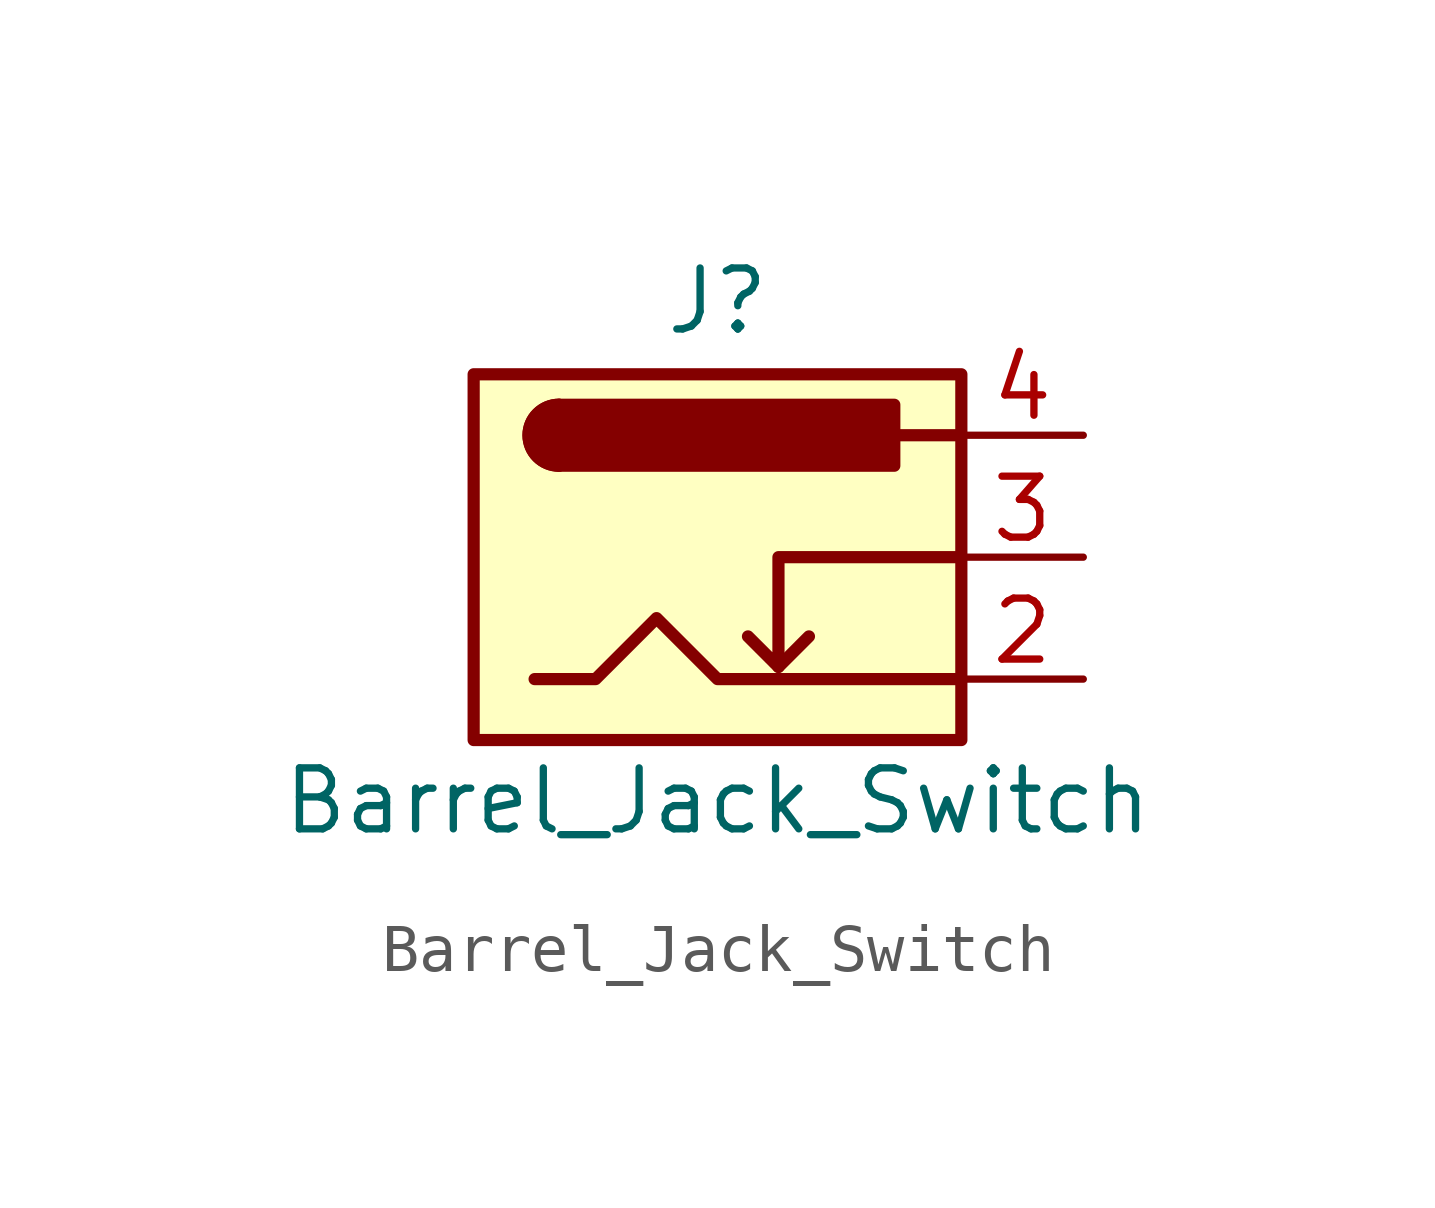
<source format=kicad_sym>
(kicad_symbol_lib
  (version 20220914)
  (generator kicad_symbol_editor)
  (symbol "Barrel_Jack_Switch"
    (pin_names hide)
    (property "Reference" "J"
      (at 0 5.334 0)
      (effects (font (size 1.27 1.27))))
    (property "Value" "Barrel_Jack_Switch"
      (at 0 -5.08 0)
      (effects (font (size 1.27 1.27))))
    (symbol "Barrel_Jack_Switch_0_1"
      (rectangle (start -5.08 3.81) (end 5.08 -3.81) (stroke (width 0.254) (type default)) (fill (type background)))
      (arc (start -3.302 3.175) (mid -3.9343 2.54) (end -3.302 1.905) (stroke (width 0.254) (type default)) (fill (type none)))
      (arc (start -3.302 3.175) (mid -3.9343 2.54) (end -3.302 1.905) (stroke (width 0.254) (type default)) (fill (type outline)))
      (polyline (pts (xy 1.27 -2.286) (xy 1.905 -1.651)) (stroke (width 0.254) (type default)) (fill (type none)))
      (polyline (pts (xy 5.08 2.54) (xy 3.81 2.54)) (stroke (width 0.254) (type default)) (fill (type none)))
      (polyline (pts (xy 5.08 0) (xy 1.27 0) (xy 1.27 -2.286) (xy 0.635 -1.651)) (stroke (width 0.254) (type default)) (fill (type none)))
      (polyline (pts (xy -3.81 -2.54) (xy -2.54 -2.54) (xy -1.27 -1.27) (xy 0 -2.54) (xy 2.54 -2.54) (xy 5.08 -2.54)) (stroke (width 0.254) (type default)) (fill (type none)))
      (rectangle (start 3.683 3.175) (end -3.302 1.905) (stroke (width 0.254) (type default)) (fill (type outline))))
    (symbol "Barrel_Jack_Switch_1_1"
      (pin passive line (at 7.62 -2.54 180) (length 2.54) (name "~" (effects (font (size 1.27 1.27)))) (number "2" (effects (font (size 1.27 1.27)))))
      (pin passive line (at 7.62 0 180) (length 2.54) (name "~" (effects (font (size 1.27 1.27)))) (number "3" (effects (font (size 1.27 1.27)))))
      (pin passive line (at 7.62 2.54 180) (length 2.54) (name "~" (effects (font (size 1.27 1.27)))) (number "4" (effects (font (size 1.27 1.27))))))))
</source>
